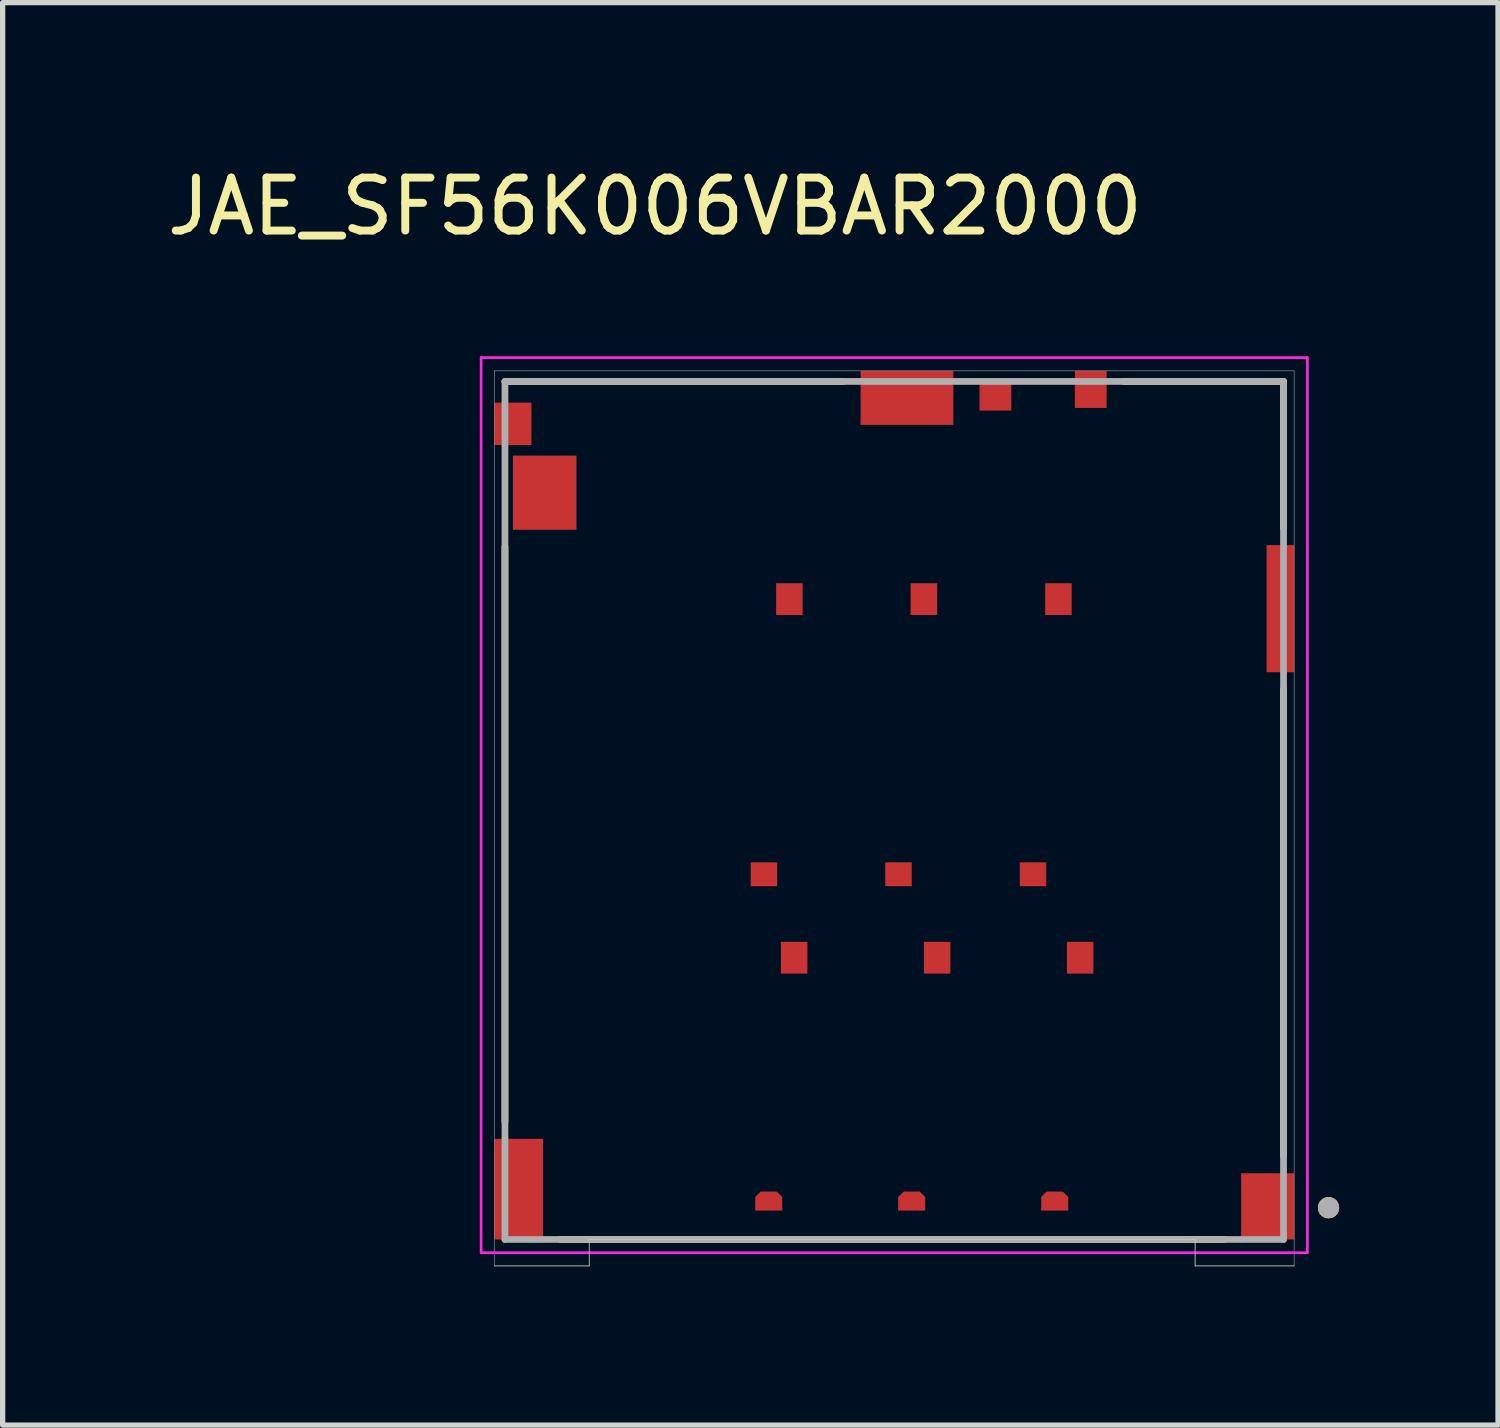
<source format=kicad_pcb>
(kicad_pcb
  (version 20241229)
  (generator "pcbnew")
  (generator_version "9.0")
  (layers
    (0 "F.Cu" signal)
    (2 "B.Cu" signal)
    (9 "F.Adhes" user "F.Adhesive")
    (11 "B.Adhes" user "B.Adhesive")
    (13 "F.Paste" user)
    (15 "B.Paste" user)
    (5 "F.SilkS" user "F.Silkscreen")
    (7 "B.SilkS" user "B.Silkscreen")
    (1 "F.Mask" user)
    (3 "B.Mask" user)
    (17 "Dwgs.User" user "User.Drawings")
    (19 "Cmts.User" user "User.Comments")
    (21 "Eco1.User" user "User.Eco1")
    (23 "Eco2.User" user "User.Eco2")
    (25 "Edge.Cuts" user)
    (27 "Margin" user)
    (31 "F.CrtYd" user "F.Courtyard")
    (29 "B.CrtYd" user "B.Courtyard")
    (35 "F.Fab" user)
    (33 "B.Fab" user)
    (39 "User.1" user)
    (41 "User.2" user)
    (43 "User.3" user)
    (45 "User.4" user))
  (footprint "JAE_SF56K006VBAR2000"
    (layer "F.Cu")
    (at 13.834 3.952)
    (property "Reference" "JAE_SF56K006VBAR2000" (at -4.518 -3.104 0) (layer "F.SilkS") (effects (font (size 1 1) (thickness 0.15))))
    (attr smd)
    (fp_poly (pts (xy -2.72 15.95) (xy -2.72 15.6) (xy -2.52 15.4) (xy -2.22 15.4) (xy -2.02 15.6) (xy -2.02 15.95)) (stroke (width 0.01) (type solid)) (fill yes) (layer "F.Mask"))
    (fp_poly (pts (xy -0.02 15.95) (xy -0.02 15.6) (xy 0.18 15.4) (xy 0.48 15.4) (xy 0.68 15.6) (xy 0.68 15.95)) (stroke (width 0.01) (type solid)) (fill yes) (layer "F.Mask"))
    (fp_poly (pts (xy 2.68 15.95) (xy 2.68 15.6) (xy 2.88 15.4) (xy 3.18 15.4) (xy 3.38 15.6) (xy 3.38 15.95)) (stroke (width 0.01) (type solid)) (fill yes) (layer "F.Mask"))
    (fp_line (start -7.35 0.2) (end -0.96 0.2) (stroke (width 0.127) (type solid)) (layer "F.SilkS"))
    (fp_line (start -7.35 14.18) (end -7.35 3.32) (stroke (width 0.127) (type solid)) (layer "F.SilkS"))
    (fp_line (start 4.33 0.2) (end 7.35 0.2) (stroke (width 0.127) (type solid)) (layer "F.SilkS"))
    (fp_line (start 6.23 16.4) (end -6.31 16.4) (stroke (width 0.127) (type solid)) (layer "F.SilkS"))
    (fp_line (start 7.35 2.97) (end 7.35 0.2) (stroke (width 0.127) (type solid)) (layer "F.SilkS"))
    (fp_line (start 7.35 14.83) (end 7.35 6.01) (stroke (width 0.127) (type solid)) (layer "F.SilkS"))
    (fp_circle (center 8.2 15.8) (end 8.3 15.8) (stroke (width 0.2) (type solid)) (fill no) (layer "F.SilkS"))
    (fp_poly (pts (xy -2.62 15.85) (xy -2.62 15.6) (xy -2.52 15.5) (xy -2.22 15.5) (xy -2.12 15.6) (xy -2.12 15.85)) (stroke (width 0.01) (type solid)) (fill yes) (layer "F.Paste"))
    (fp_poly (pts (xy 0.08 15.85) (xy 0.08 15.6) (xy 0.18 15.5) (xy 0.48 15.5) (xy 0.58 15.6) (xy 0.58 15.85)) (stroke (width 0.01) (type solid)) (fill yes) (layer "F.Paste"))
    (fp_poly (pts (xy 2.78 15.85) (xy 2.78 15.6) (xy 2.88 15.5) (xy 3.18 15.5) (xy 3.28 15.6) (xy 3.28 15.85)) (stroke (width 0.01) (type solid)) (fill yes) (layer "F.Paste"))
    (fp_line (start -7.55 16.9) (end -5.76 16.9) (stroke (width 0.01) (type solid)) (layer "Edge.Cuts"))
    (fp_line (start -5.76 16.4) (end 5.68 16.4) (stroke (width 0.01) (type solid)) (layer "Edge.Cuts"))
    (fp_line (start -5.76 16.9) (end -5.76 16.4) (stroke (width 0.01) (type solid)) (layer "Edge.Cuts"))
    (fp_line (start 5.68 16.4) (end 5.68 16.9) (stroke (width 0.01) (type solid)) (layer "Edge.Cuts"))
    (fp_line (start 5.68 16.9) (end 7.55 16.9) (stroke (width 0.01) (type solid)) (layer "Edge.Cuts"))
    (fp_line (start -7.8 -0.25) (end 7.8 -0.25) (stroke (width 0.05) (type solid)) (layer "F.CrtYd"))
    (fp_line (start -7.8 16.65) (end -7.8 -0.25) (stroke (width 0.05) (type solid)) (layer "F.CrtYd"))
    (fp_line (start 7.8 -0.25) (end 7.8 16.65) (stroke (width 0.05) (type solid)) (layer "F.CrtYd"))
    (fp_line (start 7.8 16.65) (end -7.8 16.65) (stroke (width 0.05) (type solid)) (layer "F.CrtYd"))
    (fp_line (start -7.55 0) (end -7.55 16.9) (stroke (width 0.01) (type solid)) (layer "F.Fab"))
    (fp_line (start -7.55 0) (end 7.55 0) (stroke (width 0.01) (type solid)) (layer "F.Fab"))
    (fp_line (start -7.55 16.9) (end -5.76 16.9) (stroke (width 0.01) (type solid)) (layer "F.Fab"))
    (fp_line (start -7.35 0.2) (end 7.35 0.2) (stroke (width 0.127) (type solid)) (layer "F.Fab"))
    (fp_line (start -7.35 16.4) (end -7.35 0.2) (stroke (width 0.127) (type solid)) (layer "F.Fab"))
    (fp_line (start -5.76 16.4) (end 5.68 16.4) (stroke (width 0.01) (type solid)) (layer "F.Fab"))
    (fp_line (start -5.76 16.9) (end -5.76 16.4) (stroke (width 0.01) (type solid)) (layer "F.Fab"))
    (fp_line (start 5.68 16.4) (end 5.68 16.9) (stroke (width 0.01) (type solid)) (layer "F.Fab"))
    (fp_line (start 5.68 16.9) (end 7.55 16.9) (stroke (width 0.01) (type solid)) (layer "F.Fab"))
    (fp_line (start 7.35 0.2) (end 7.35 16.4) (stroke (width 0.127) (type solid)) (layer "F.Fab"))
    (fp_line (start 7.35 16.4) (end -7.35 16.4) (stroke (width 0.127) (type solid)) (layer "F.Fab"))
    (fp_line (start 7.55 0) (end 7.55 16.9) (stroke (width 0.01) (type solid)) (layer "F.Fab"))
    (fp_circle (center 8.2 15.8) (end 8.3 15.8) (stroke (width 0.2) (type solid)) (fill no) (layer "F.Fab"))
    (pad "C1" smd custom (at 3.07 15.7) (size 0.1 0.1) (layers "F.Cu") (options (anchor rect)) (primitives (gr_poly (pts (xy -0.29 0.15) (xy -0.29 -0.1) (xy -0.19 -0.2) (xy 0.11 -0.2) (xy 0.21 -0.1) (xy 0.21 0.15)) (width 0.01) (fill yes))))
    (pad "C2" smd custom (at 0.33 15.7) (size 0.1 0.1) (layers "F.Cu") (options (anchor rect)) (primitives (gr_poly (pts (xy -0.25 0.15) (xy -0.25 -0.1) (xy -0.15 -0.2) (xy 0.15 -0.2) (xy 0.25 -0.1) (xy 0.25 0.15)) (width 0.01) (fill yes))))
    (pad "C3" smd custom (at -2.41 15.7) (size 0.1 0.1) (layers "F.Cu") (options (anchor rect)) (primitives (gr_poly (pts (xy -0.21 0.15) (xy -0.21 -0.1) (xy -0.11 -0.2) (xy 0.19 -0.2) (xy 0.29 -0.1) (xy 0.29 0.15)) (width 0.01) (fill yes))))
    (pad "C5" smd rect (at 2.62 9.505) (size 0.5 0.45) (layers "F.Cu" "F.Mask" "F.Paste"))
    (pad "C6" smd rect (at 0.08 9.505) (size 0.5 0.45) (layers "F.Cu" "F.Mask" "F.Paste"))
    (pad "C7" smd rect (at -2.46 9.505) (size 0.5 0.45) (layers "F.Cu" "F.Mask" "F.Paste"))
    (pad "D1" smd rect (at 3.1 4.31) (size 0.5 0.6) (layers "F.Cu" "F.Mask"))
    (pad "D2" smd rect (at 0.56 4.31) (size 0.5 0.6) (layers "F.Cu" "F.Mask"))
    (pad "D3" smd rect (at -1.98 4.31) (size 0.5 0.6) (layers "F.Cu" "F.Mask"))
    (pad "D4" smd rect (at 3.51 11.08) (size 0.5 0.6) (layers "F.Cu" "F.Mask"))
    (pad "D5" smd rect (at 0.81 11.08) (size 0.5 0.6) (layers "F.Cu" "F.Mask"))
    (pad "D6" smd rect (at -1.89 11.08) (size 0.5 0.6) (layers "F.Cu" "F.Mask"))
    (pad "DSW1" smd rect (at -7.2 1) (size 0.7 0.8) (layers "F.Cu" "F.Mask" "F.Paste"))
    (pad "DSW2" smd rect (at 1.91 0.45) (size 0.6 0.6) (layers "F.Cu" "F.Mask" "F.Paste"))
    (pad "GND1" smd rect (at -7.09 15.45) (size 0.92 1.9) (layers "F.Cu" "F.Mask" "F.Paste"))
    (pad "GND2" smd rect (at -6.6 2.3) (size 1.2 1.4) (layers "F.Cu" "F.Mask" "F.Paste"))
    (pad "GND3" smd rect (at 0.24 0.51) (size 1.75 1.02) (layers "F.Cu" "F.Mask" "F.Paste"))
    (pad "GND4" smd rect (at 7.29 4.49) (size 0.52 2.4) (layers "F.Cu" "F.Mask" "F.Paste"))
    (pad "GND5" smd rect (at 7.05 15.775) (size 1 1.25) (layers "F.Cu" "F.Mask" "F.Paste"))
    (pad "GND6" smd rect (at 3.71 0.35) (size 0.6 0.7) (layers "F.Cu" "F.Mask" "F.Paste"))
    (zone (net_name "") (layer "F.Cu") (hatch full 0.508) (connect_pads) (min_thickness 0.01) (filled_areas_thickness no) (keepout (tracks not_allowed) (vias not_allowed) (pads not_allowed) (copperpour not_allowed) (footprints allowed)) (placement (enabled no)) (fill) (polygon (pts (xy 9.274 7.512) (xy 9.274 13.102) (xy 10.374 13.102) (xy 10.374 7.512))))
    (zone (net_name "") (layer "F.Cu") (hatch full 0.508) (connect_pads) (min_thickness 0.01) (filled_areas_thickness no) (keepout (tracks not_allowed) (vias not_allowed) (pads not_allowed) (copperpour not_allowed) (footprints allowed)) (placement (enabled no)) (fill) (polygon (pts (xy 9.274 13.102) (xy 9.274 13.682) (xy 11.124 13.682) (xy 11.124 13.102))))
    (zone (net_name "") (layer "F.Cu") (hatch full 0.508) (connect_pads) (min_thickness 0.01) (filled_areas_thickness no) (keepout (tracks not_allowed) (vias not_allowed) (pads not_allowed) (copperpour not_allowed) (footprints allowed)) (placement (enabled no)) (fill) (polygon (pts (xy 9.274 14.282) (xy 9.274 20.352) (xy 10.464 20.352) (xy 10.464 14.282))))
    (zone (net_name "") (layer "F.Cu") (hatch full 0.508) (connect_pads) (min_thickness 0.01) (filled_areas_thickness no) (keepout (tracks not_allowed) (vias not_allowed) (pads not_allowed) (copperpour not_allowed) (footprints allowed)) (placement (enabled no)) (fill) (polygon (pts (xy 9.274 19.802) (xy 9.274 20.352) (xy 18.414 20.352) (xy 18.414 19.802))))
    (zone (net_name "") (layer "F.Cu") (hatch full 0.508) (connect_pads) (min_thickness 0.01) (filled_areas_thickness no) (keepout (tracks not_allowed) (vias not_allowed) (pads not_allowed) (copperpour not_allowed) (footprints allowed)) (placement (enabled no)) (fill) (polygon (pts (xy 10.374 7.962) (xy 10.374 7.512) (xy 17.864 7.512) (xy 17.864 7.962))))
    (zone (net_name "") (layer "F.Cu") (hatch full 0.508) (connect_pads) (min_thickness 0.01) (filled_areas_thickness no) (keepout (tracks not_allowed) (vias not_allowed) (pads not_allowed) (copperpour not_allowed) (footprints allowed)) (placement (enabled no)) (fill) (polygon (pts (xy 10.464 14.732) (xy 10.464 14.282) (xy 17.864 14.282) (xy 17.864 14.732))))
    (zone (net_name "") (layer "F.Cu") (hatch full 0.508) (connect_pads) (min_thickness 0.01) (filled_areas_thickness no) (keepout (tracks not_allowed) (vias not_allowed) (pads not_allowed) (copperpour not_allowed) (footprints allowed)) (placement (enabled no)) (fill) (polygon (pts (xy 11.624 13.102) (xy 11.624 13.682) (xy 13.664 13.682) (xy 13.664 13.102))))
    (zone (net_name "") (layer "F.Cu") (hatch full 0.508) (connect_pads) (min_thickness 0.01) (filled_areas_thickness no) (keepout (tracks not_allowed) (vias not_allowed) (pads not_allowed) (copperpour not_allowed) (footprints allowed)) (placement (enabled no)) (fill) (polygon (pts (xy 14.164 13.102) (xy 14.164 13.682) (xy 16.204 13.682) (xy 16.204 13.102))))
    (zone (net_name "") (layer "F.Cu") (hatch full 0.508) (connect_pads) (min_thickness 0.01) (filled_areas_thickness no) (keepout (tracks not_allowed) (vias not_allowed) (pads not_allowed) (copperpour not_allowed) (footprints allowed)) (placement (enabled no)) (fill) (polygon (pts (xy 16.704 13.102) (xy 16.704 13.682) (xy 17.904 13.682) (xy 17.904 13.102))))
    (zone (net_name "") (layer "F.Cu") (hatch full 0.508) (connect_pads) (min_thickness 0.01) (filled_areas_thickness no) (keepout (tracks not_allowed) (vias not_allowed) (pads not_allowed) (copperpour not_allowed) (footprints allowed)) (placement (enabled no)) (fill) (polygon (pts (xy 11.874 9.032) (xy 12.914 9.032) (xy 12.914 13.102) (xy 12.374 13.102) (xy 12.374 9.852) (xy 11.874 9.852))))
    (zone (net_name "") (layer "F.Cu") (hatch full 0.508) (connect_pads) (min_thickness 0.01) (filled_areas_thickness no) (keepout (tracks not_allowed) (vias not_allowed) (pads not_allowed) (copperpour not_allowed) (footprints allowed)) (placement (enabled no)) (fill) (polygon (pts (xy 12.064 15.802) (xy 13.164 15.802) (xy 13.164 20.352) (xy 12.464 20.352) (xy 12.464 16.802) (xy 12.064 16.802))))
    (zone (net_name "") (layer "F.Cu") (hatch full 0.508) (connect_pads) (min_thickness 0.01) (filled_areas_thickness no) (keepout (tracks not_allowed) (vias not_allowed) (pads not_allowed) (copperpour not_allowed) (footprints allowed)) (placement (enabled no)) (fill) (polygon (pts (xy 14.414 9.032) (xy 15.454 9.032) (xy 15.454 13.102) (xy 14.914 13.102) (xy 14.914 9.852) (xy 14.414 9.852))))
    (zone (net_name "") (layer "F.Cu") (hatch full 0.508) (connect_pads) (min_thickness 0.01) (filled_areas_thickness no) (keepout (tracks not_allowed) (vias not_allowed) (pads not_allowed) (copperpour not_allowed) (footprints allowed)) (placement (enabled no)) (fill) (polygon (pts (xy 14.764 15.802) (xy 15.864 15.802) (xy 15.864 20.352) (xy 15.164 20.352) (xy 15.164 16.802) (xy 14.764 16.802))))
    (zone (net_name "") (layer "F.Cu") (hatch full 0.508) (connect_pads) (min_thickness 0.01) (filled_areas_thickness no) (keepout (tracks not_allowed) (vias not_allowed) (pads not_allowed) (copperpour not_allowed) (footprints allowed)) (placement (enabled no)) (fill) (polygon (pts (xy 16.044 4.702) (xy 16.044 6.752) (xy 13.334 6.752) (xy 13.334 7.102) (xy 16.544 7.102) (xy 16.544 4.702))))
    (zone (net_name "") (layer "F.Cu") (hatch full 0.508) (connect_pads) (min_thickness 0.01) (filled_areas_thickness no) (keepout (tracks not_allowed) (vias not_allowed) (pads not_allowed) (copperpour not_allowed) (footprints allowed)) (placement (enabled no)) (fill) (polygon (pts (xy 16.684 8.562) (xy 17.184 8.562) (xy 17.184 7.512) (xy 17.904 7.512) (xy 17.904 9.052) (xy 16.684 9.052))))
    (zone (net_name "") (layer "F.Cu") (hatch full 0.508) (connect_pads) (min_thickness 0.01) (filled_areas_thickness no) (keepout (tracks not_allowed) (vias not_allowed) (pads not_allowed) (copperpour not_allowed) (footprints allowed)) (placement (enabled no)) (fill) (polygon (pts (xy 16.954 9.032) (xy 17.904 9.032) (xy 17.904 13.102) (xy 17.454 13.102) (xy 17.454 9.852) (xy 16.954 9.852))))
    (zone (net_name "") (layer "F.Cu") (hatch full 0.508) (connect_pads) (min_thickness 0.01) (filled_areas_thickness no) (keepout (tracks not_allowed) (vias not_allowed) (pads not_allowed) (copperpour not_allowed) (footprints allowed)) (placement (enabled no)) (fill) (polygon (pts (xy 17.094 15.332) (xy 17.594 15.332) (xy 17.594 14.282) (xy 18.414 14.282) (xy 18.414 15.802) (xy 17.094 15.802))))
    (zone (net_name "") (layer "F.Cu") (hatch full 0.508) (connect_pads) (min_thickness 0.01) (filled_areas_thickness no) (keepout (tracks not_allowed) (vias not_allowed) (pads not_allowed) (copperpour not_allowed) (footprints allowed)) (placement (enabled no)) (fill) (polygon (pts (xy 17.464 15.802) (xy 18.414 15.802) (xy 18.414 20.352) (xy 17.864 20.352) (xy 17.864 16.802) (xy 17.464 16.802))))
    (zone (net_name "") (layer "F.Cu") (hatch full 0.508) (connect_pads) (min_thickness 0.01) (filled_areas_thickness no) (keepout (tracks not_allowed) (vias not_allowed) (pads not_allowed) (copperpour not_allowed) (footprints allowed)) (placement (enabled no)) (fill) (polygon (pts (xy 10.374 7.962) (xy 11.604 7.962) (xy 11.604 8.562) (xy 12.104 8.562) (xy 12.104 7.962) (xy 14.144 7.962) (xy 14.144 8.562) (xy 14.644 8.562) (xy 14.644 7.962) (xy 16.684 7.962) (xy 16.684 9.052) (xy 10.374 9.052))))
    (zone (net_name "") (layer "F.Cu") (hatch full 0.508) (connect_pads) (min_thickness 0.01) (filled_areas_thickness no) (keepout (tracks not_allowed) (vias not_allowed) (pads not_allowed) (copperpour not_allowed) (footprints allowed)) (placement (enabled no)) (fill) (polygon (pts (xy 10.464 14.732) (xy 11.694 14.732) (xy 11.694 15.332) (xy 12.194 15.332) (xy 12.194 14.732) (xy 14.394 14.732) (xy 14.394 15.332) (xy 14.894 15.332) (xy 14.894 14.732) (xy 17.094 14.732) (xy 17.094 15.802) (xy 10.464 15.802))))
    (zone (net_name "") (layer "F.Cu") (hatch full 0.508) (connect_pads) (min_thickness 0.01) (filled_areas_thickness no) (keepout (tracks not_allowed) (vias not_allowed) (pads not_allowed) (copperpour not_allowed) (footprints allowed)) (placement (enabled no)) (fill) (polygon (pts (xy 13.334 7.102) (xy 9.274 7.102) (xy 9.274 4.402) (xy 13.199 4.402) (xy 13.199 4.972) (xy 14.949 4.972) (xy 14.949 4.702) (xy 15.444 4.702) (xy 15.444 5.302) (xy 13.434 5.302) (xy 13.434 5.652) (xy 10.084 5.652) (xy 10.084 6.752) (xy 13.334 6.752))))
    (zone (net_name "") (layers "F.Cu" "B.Cu") (hatch full 0.508) (connect_pads) (min_thickness 0.01) (filled_areas_thickness no) (keepout (tracks allowed) (vias not_allowed) (pads allowed) (copperpour allowed) (footprints allowed)) (placement (enabled no)) (fill) (polygon (pts (xy 9.274 7.512) (xy 9.274 13.102) (xy 10.374 13.102) (xy 10.374 7.512))))
    (zone (net_name "") (layers "F.Cu" "B.Cu") (hatch full 0.508) (connect_pads) (min_thickness 0.01) (filled_areas_thickness no) (keepout (tracks allowed) (vias not_allowed) (pads allowed) (copperpour allowed) (footprints allowed)) (placement (enabled no)) (fill) (polygon (pts (xy 9.274 13.102) (xy 9.274 13.682) (xy 11.124 13.682) (xy 11.124 13.102))))
    (zone (net_name "") (layers "F.Cu" "B.Cu") (hatch full 0.508) (connect_pads) (min_thickness 0.01) (filled_areas_thickness no) (keepout (tracks allowed) (vias not_allowed) (pads allowed) (copperpour allowed) (footprints allowed)) (placement (enabled no)) (fill) (polygon (pts (xy 9.274 14.282) (xy 9.274 20.352) (xy 10.464 20.352) (xy 10.464 14.282))))
    (zone (net_name "") (layers "F.Cu" "B.Cu") (hatch full 0.508) (connect_pads) (min_thickness 0.01) (filled_areas_thickness no) (keepout (tracks allowed) (vias not_allowed) (pads allowed) (copperpour allowed) (footprints allowed)) (placement (enabled no)) (fill) (polygon (pts (xy 9.274 19.802) (xy 9.274 20.352) (xy 18.414 20.352) (xy 18.414 19.802))))
    (zone (net_name "") (layers "F.Cu" "B.Cu") (hatch full 0.508) (connect_pads) (min_thickness 0.01) (filled_areas_thickness no) (keepout (tracks allowed) (vias not_allowed) (pads allowed) (copperpour allowed) (footprints allowed)) (placement (enabled no)) (fill) (polygon (pts (xy 10.374 7.962) (xy 10.374 7.512) (xy 17.864 7.512) (xy 17.864 7.962))))
    (zone (net_name "") (layers "F.Cu" "B.Cu") (hatch full 0.508) (connect_pads) (min_thickness 0.01) (filled_areas_thickness no) (keepout (tracks allowed) (vias not_allowed) (pads allowed) (copperpour allowed) (footprints allowed)) (placement (enabled no)) (fill) (polygon (pts (xy 10.464 14.732) (xy 10.464 14.282) (xy 17.864 14.282) (xy 17.864 14.732))))
    (zone (net_name "") (layers "F.Cu" "B.Cu") (hatch full 0.508) (connect_pads) (min_thickness 0.01) (filled_areas_thickness no) (keepout (tracks allowed) (vias not_allowed) (pads allowed) (copperpour allowed) (footprints allowed)) (placement (enabled no)) (fill) (polygon (pts (xy 11.624 13.102) (xy 11.624 13.682) (xy 13.664 13.682) (xy 13.664 13.102))))
    (zone (net_name "") (layers "F.Cu" "B.Cu") (hatch full 0.508) (connect_pads) (min_thickness 0.01) (filled_areas_thickness no) (keepout (tracks allowed) (vias not_allowed) (pads allowed) (copperpour allowed) (footprints allowed)) (placement (enabled no)) (fill) (polygon (pts (xy 14.164 13.102) (xy 14.164 13.682) (xy 16.204 13.682) (xy 16.204 13.102))))
    (zone (net_name "") (layers "F.Cu" "B.Cu") (hatch full 0.508) (connect_pads) (min_thickness 0.01) (filled_areas_thickness no) (keepout (tracks allowed) (vias not_allowed) (pads allowed) (copperpour allowed) (footprints allowed)) (placement (enabled no)) (fill) (polygon (pts (xy 16.704 13.102) (xy 16.704 13.682) (xy 17.904 13.682) (xy 17.904 13.102))))
    (zone (net_name "") (layers "F.Cu" "B.Cu") (hatch full 0.508) (connect_pads) (min_thickness 0.01) (filled_areas_thickness no) (keepout (tracks allowed) (vias not_allowed) (pads allowed) (copperpour allowed) (footprints allowed)) (placement (enabled no)) (fill) (polygon (pts (xy 11.874 9.032) (xy 12.914 9.032) (xy 12.914 13.102) (xy 12.374 13.102) (xy 12.374 9.852) (xy 11.874 9.852))))
    (zone (net_name "") (layers "F.Cu" "B.Cu") (hatch full 0.508) (connect_pads) (min_thickness 0.01) (filled_areas_thickness no) (keepout (tracks allowed) (vias not_allowed) (pads allowed) (copperpour allowed) (footprints allowed)) (placement (enabled no)) (fill) (polygon (pts (xy 12.064 15.802) (xy 13.164 15.802) (xy 13.164 20.352) (xy 12.464 20.352) (xy 12.464 16.802) (xy 12.064 16.802))))
    (zone (net_name "") (layers "F.Cu" "B.Cu") (hatch full 0.508) (connect_pads) (min_thickness 0.01) (filled_areas_thickness no) (keepout (tracks allowed) (vias not_allowed) (pads allowed) (copperpour allowed) (footprints allowed)) (placement (enabled no)) (fill) (polygon (pts (xy 14.414 9.032) (xy 15.454 9.032) (xy 15.454 13.102) (xy 14.914 13.102) (xy 14.914 9.852) (xy 14.414 9.852))))
    (zone (net_name "") (layers "F.Cu" "B.Cu") (hatch full 0.508) (connect_pads) (min_thickness 0.01) (filled_areas_thickness no) (keepout (tracks allowed) (vias not_allowed) (pads allowed) (copperpour allowed) (footprints allowed)) (placement (enabled no)) (fill) (polygon (pts (xy 14.764 15.802) (xy 15.864 15.802) (xy 15.864 20.352) (xy 15.164 20.352) (xy 15.164 16.802) (xy 14.764 16.802))))
    (zone (net_name "") (layers "F.Cu" "B.Cu") (hatch full 0.508) (connect_pads) (min_thickness 0.01) (filled_areas_thickness no) (keepout (tracks allowed) (vias not_allowed) (pads allowed) (copperpour allowed) (footprints allowed)) (placement (enabled no)) (fill) (polygon (pts (xy 16.044 4.702) (xy 16.044 6.752) (xy 13.334 6.752) (xy 13.334 7.102) (xy 16.544 7.102) (xy 16.544 4.702))))
    (zone (net_name "") (layers "F.Cu" "B.Cu") (hatch full 0.508) (connect_pads) (min_thickness 0.01) (filled_areas_thickness no) (keepout (tracks allowed) (vias not_allowed) (pads allowed) (copperpour allowed) (footprints allowed)) (placement (enabled no)) (fill) (polygon (pts (xy 16.684 8.562) (xy 17.184 8.562) (xy 17.184 7.512) (xy 17.904 7.512) (xy 17.904 9.052) (xy 16.684 9.052))))
    (zone (net_name "") (layers "F.Cu" "B.Cu") (hatch full 0.508) (connect_pads) (min_thickness 0.01) (filled_areas_thickness no) (keepout (tracks allowed) (vias not_allowed) (pads allowed) (copperpour allowed) (footprints allowed)) (placement (enabled no)) (fill) (polygon (pts (xy 16.954 9.032) (xy 17.904 9.032) (xy 17.904 13.102) (xy 17.454 13.102) (xy 17.454 9.852) (xy 16.954 9.852))))
    (zone (net_name "") (layers "F.Cu" "B.Cu") (hatch full 0.508) (connect_pads) (min_thickness 0.01) (filled_areas_thickness no) (keepout (tracks allowed) (vias not_allowed) (pads allowed) (copperpour allowed) (footprints allowed)) (placement (enabled no)) (fill) (polygon (pts (xy 17.094 15.332) (xy 17.594 15.332) (xy 17.594 14.282) (xy 18.414 14.282) (xy 18.414 15.802) (xy 17.094 15.802))))
    (zone (net_name "") (layers "F.Cu" "B.Cu") (hatch full 0.508) (connect_pads) (min_thickness 0.01) (filled_areas_thickness no) (keepout (tracks allowed) (vias not_allowed) (pads allowed) (copperpour allowed) (footprints allowed)) (placement (enabled no)) (fill) (polygon (pts (xy 17.464 15.802) (xy 18.414 15.802) (xy 18.414 20.352) (xy 17.864 20.352) (xy 17.864 16.802) (xy 17.464 16.802))))
    (zone (net_name "") (layers "F.Cu" "B.Cu") (hatch full 0.508) (connect_pads) (min_thickness 0.01) (filled_areas_thickness no) (keepout (tracks allowed) (vias not_allowed) (pads allowed) (copperpour allowed) (footprints allowed)) (placement (enabled no)) (fill) (polygon (pts (xy 10.374 7.962) (xy 11.604 7.962) (xy 11.604 8.562) (xy 12.104 8.562) (xy 12.104 7.962) (xy 14.144 7.962) (xy 14.144 8.562) (xy 14.644 8.562) (xy 14.644 7.962) (xy 16.684 7.962) (xy 16.684 9.052) (xy 10.374 9.052))))
    (zone (net_name "") (layers "F.Cu" "B.Cu") (hatch full 0.508) (connect_pads) (min_thickness 0.01) (filled_areas_thickness no) (keepout (tracks allowed) (vias not_allowed) (pads allowed) (copperpour allowed) (footprints allowed)) (placement (enabled no)) (fill) (polygon (pts (xy 10.464 14.732) (xy 11.694 14.732) (xy 11.694 15.332) (xy 12.194 15.332) (xy 12.194 14.732) (xy 14.394 14.732) (xy 14.394 15.332) (xy 14.894 15.332) (xy 14.894 14.732) (xy 17.094 14.732) (xy 17.094 15.802) (xy 10.464 15.802))))
    (zone (net_name "") (layers "F.Cu" "B.Cu") (hatch full 0.508) (connect_pads) (min_thickness 0.01) (filled_areas_thickness no) (keepout (tracks allowed) (vias not_allowed) (pads allowed) (copperpour allowed) (footprints allowed)) (placement (enabled no)) (fill) (polygon (pts (xy 13.334 7.102) (xy 9.274 7.102) (xy 9.274 4.402) (xy 13.199 4.402) (xy 13.199 4.972) (xy 14.949 4.972) (xy 14.949 4.702) (xy 15.444 4.702) (xy 15.444 5.302) (xy 13.434 5.302) (xy 13.434 5.652) (xy 10.084 5.652) (xy 10.084 6.752) (xy 13.334 6.752)))))
  (gr_rect
    (start -3 -3)
    (end 25.234 23.857)
    (stroke (width 0.1) (type default))
    (fill no)
    (layer "Edge.Cuts")))
</source>
